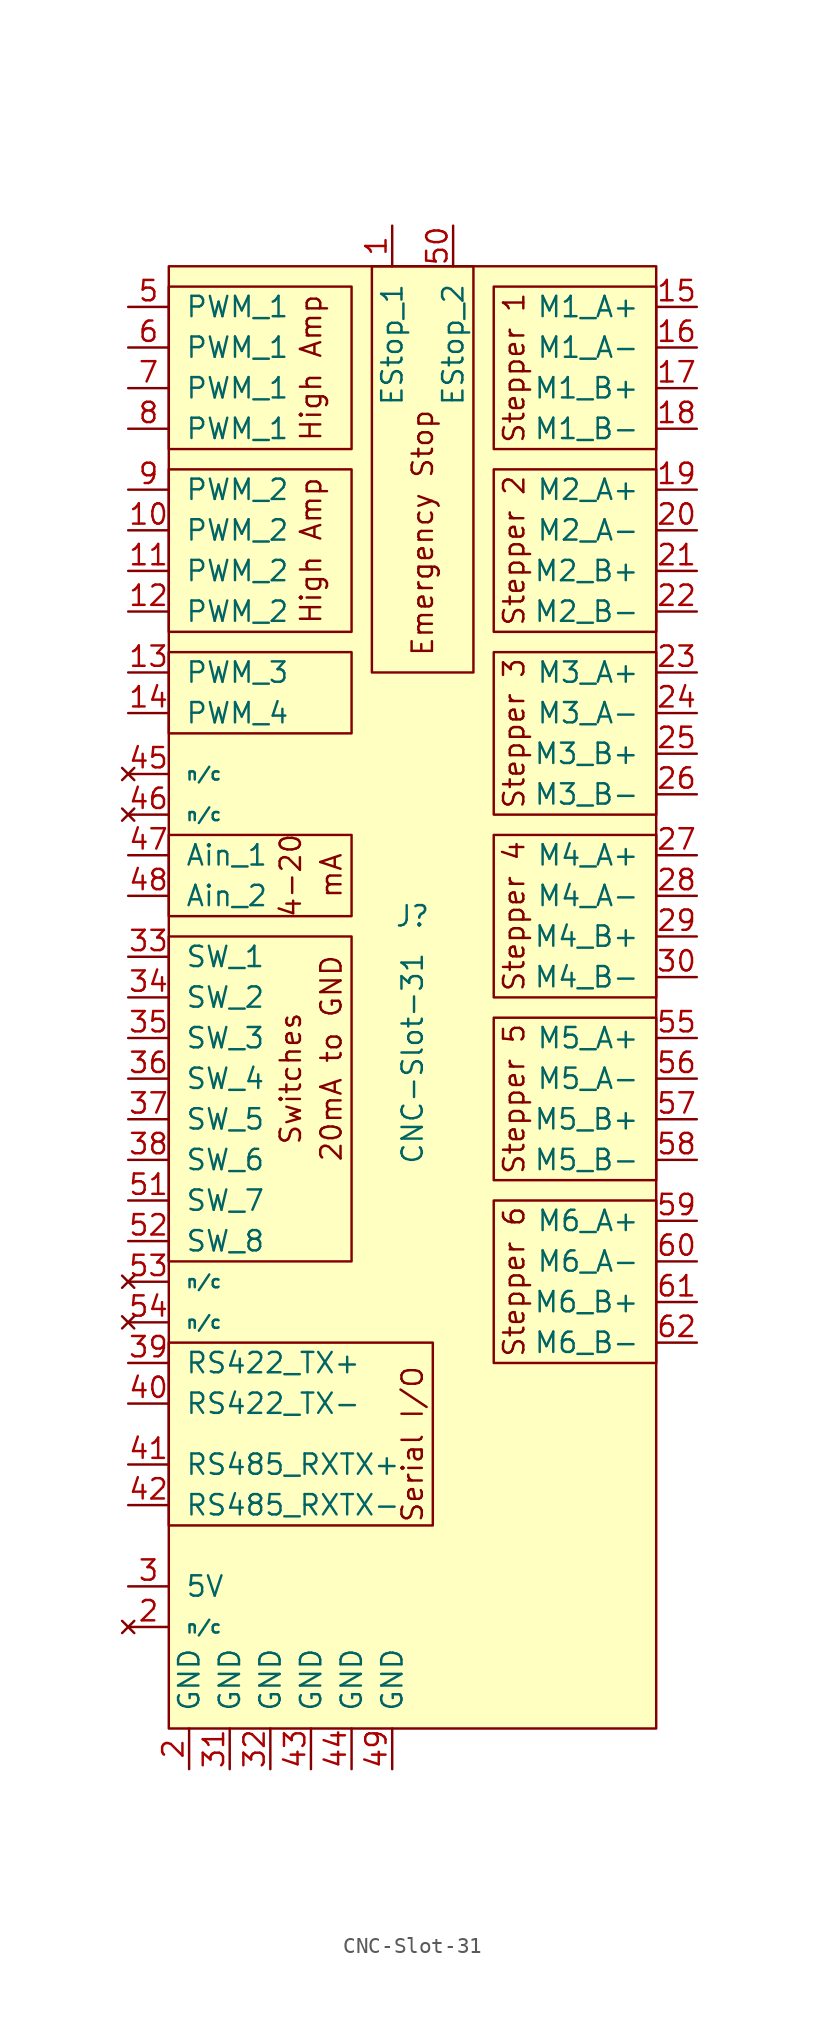
<source format=kicad_sym>
(kicad_symbol_lib
  (version 20220914)
  (generator kicad_symbol_editor)
  (symbol "CNC-Slot-31"
    (pin_names
      (offset 1.016))
    (property "Reference" "J"
      (at 0 5.08 0)
      (effects (font (size 1.27 1.27))))
    (property "Value" "CNC-Slot-31"
      (at 0 -3.81 90)
      (effects (font (size 1.27 1.27))))
    (symbol "CNC-Slot-31_0_0"
      (rectangle (start -15.24 3.81) (end -3.81 -16.51) (stroke (width 0) (type solid)) (fill (type none)))
      (rectangle (start -15.24 10.16) (end -3.81 5.08) (stroke (width 0) (type solid)) (fill (type none)))
      (rectangle (start -15.24 21.59) (end -3.81 16.51) (stroke (width 0) (type solid)) (fill (type none)))
      (rectangle (start -15.24 33.02) (end -3.81 22.86) (stroke (width 0) (type solid)) (fill (type none)))
      (rectangle (start -15.24 44.45) (end -3.81 34.29) (stroke (width 0) (type solid)) (fill (type none)))
      (rectangle (start -2.54 45.72) (end 3.81 20.32) (stroke (width 0) (type solid)) (fill (type none)))
      (rectangle (start 15.24 -12.7) (end 5.08 -22.86) (stroke (width 0) (type solid)) (fill (type none)))
      (rectangle (start 15.24 -1.27) (end 5.08 -11.43) (stroke (width 0) (type solid)) (fill (type none)))
      (rectangle (start 15.24 10.16) (end 5.08 0) (stroke (width 0) (type solid)) (fill (type none)))
      (rectangle (start 15.24 21.59) (end 5.08 11.43) (stroke (width 0) (type solid)) (fill (type none)))
      (rectangle (start 15.24 33.02) (end 5.08 22.86) (stroke (width 0) (type solid)) (fill (type none)))
      (text "20mA to GND" (at -5.08 -3.81 900) (effects (font (size 1.27 1.27))))
      (text "4-20" (at -7.62 7.62 900) (effects (font (size 1.27 1.27))))
      (text "Emergency Stop" (at 0.635 36.83 900) (effects (font (size 1.27 1.27)) (justify right)))
      (text "High Amp" (at -6.35 27.94 900) (effects (font (size 1.27 1.27))))
      (text "High Amp" (at -6.35 39.37 900) (effects (font (size 1.27 1.27))))
      (text "mA" (at -5.08 7.62 900) (effects (font (size 1.27 1.27))))
      (text "Serial I/O" (at 0 -27.94 900) (effects (font (size 1.27 1.27))))
      (text "Stepper 1" (at 6.35 39.37 900) (effects (font (size 1.27 1.27))))
      (text "Stepper 2" (at 6.35 27.94 900) (effects (font (size 1.27 1.27))))
      (text "Stepper 3" (at 6.35 16.51 900) (effects (font (size 1.27 1.27))))
      (text "Stepper 4" (at 6.35 5.08 900) (effects (font (size 1.27 1.27))))
      (text "Stepper 5" (at 6.35 -6.35 900) (effects (font (size 1.27 1.27))))
      (text "Stepper 6" (at 6.35 -17.78 900) (effects (font (size 1.27 1.27))))
      (text "Switches" (at -7.62 -5.08 900) (effects (font (size 1.27 1.27)))))
    (symbol "CNC-Slot-31_0_1"
      (rectangle (start -15.24 -21.59) (end 1.27 -33.02) (stroke (width 0) (type solid)) (fill (type none)))
      (rectangle (start -15.24 45.72) (end 15.24 -45.72) (stroke (width 0) (type solid)) (fill (type background)))
      (rectangle (start 15.24 44.45) (end 5.08 34.29) (stroke (width 0) (type solid)) (fill (type none))))
    (symbol "CNC-Slot-31_1_1"
      (pin passive line (at -1.27 48.26 270) (length 2.54) (name "EStop_1" (effects (font (size 1.27 1.27)))) (number "1" (effects (font (size 1.27 1.27)))))
      (pin output line (at -17.78 29.21 0) (length 2.54) (name "PWM_2" (effects (font (size 1.27 1.27)))) (number "10" (effects (font (size 1.27 1.27)))))
      (pin output line (at -17.78 26.67 0) (length 2.54) (name "PWM_2" (effects (font (size 1.27 1.27)))) (number "11" (effects (font (size 1.27 1.27)))))
      (pin output line (at -17.78 24.13 0) (length 2.54) (name "PWM_2" (effects (font (size 1.27 1.27)))) (number "12" (effects (font (size 1.27 1.27)))))
      (pin open_collector line (at -17.78 20.32 0) (length 2.54) (name "PWM_3" (effects (font (size 1.27 1.27)))) (number "13" (effects (font (size 1.27 1.27)))))
      (pin open_collector line (at -17.78 17.78 0) (length 2.54) (name "PWM_4" (effects (font (size 1.27 1.27)))) (number "14" (effects (font (size 1.27 1.27)))))
      (pin output line (at 17.78 43.18 180) (length 2.54) (name "M1_A+" (effects (font (size 1.27 1.27)))) (number "15" (effects (font (size 1.27 1.27)))))
      (pin output line (at 17.78 40.64 180) (length 2.54) (name "M1_A-" (effects (font (size 1.27 1.27)))) (number "16" (effects (font (size 1.27 1.27)))))
      (pin output line (at 17.78 38.1 180) (length 2.54) (name "M1_B+" (effects (font (size 1.27 1.27)))) (number "17" (effects (font (size 1.27 1.27)))))
      (pin output line (at 17.78 35.56 180) (length 2.54) (name "M1_B-" (effects (font (size 1.27 1.27)))) (number "18" (effects (font (size 1.27 1.27)))))
      (pin output line (at 17.78 31.75 180) (length 2.54) (name "M2_A+" (effects (font (size 1.27 1.27)))) (number "19" (effects (font (size 1.27 1.27)))))
      (pin power_out line (at -13.97 -48.26 90) (length 2.54) (name "GND" (effects (font (size 1.27 1.27)))) (number "2" (effects (font (size 1.27 1.27)))))
      (pin no_connect line (at -17.78 -39.37 0) (length 2.54) (name "n/c" (effects (font (size 0.762 0.762)))) (number "2" (effects (font (size 1.27 1.27)))))
      (pin output line (at 17.78 29.21 180) (length 2.54) (name "M2_A-" (effects (font (size 1.27 1.27)))) (number "20" (effects (font (size 1.27 1.27)))))
      (pin output line (at 17.78 26.67 180) (length 2.54) (name "M2_B+" (effects (font (size 1.27 1.27)))) (number "21" (effects (font (size 1.27 1.27)))))
      (pin output line (at 17.78 24.13 180) (length 2.54) (name "M2_B-" (effects (font (size 1.27 1.27)))) (number "22" (effects (font (size 1.27 1.27)))))
      (pin output line (at 17.78 20.32 180) (length 2.54) (name "M3_A+" (effects (font (size 1.27 1.27)))) (number "23" (effects (font (size 1.27 1.27)))))
      (pin output line (at 17.78 17.78 180) (length 2.54) (name "M3_A-" (effects (font (size 1.27 1.27)))) (number "24" (effects (font (size 1.27 1.27)))))
      (pin output line (at 17.78 15.24 180) (length 2.54) (name "M3_B+" (effects (font (size 1.27 1.27)))) (number "25" (effects (font (size 1.27 1.27)))))
      (pin output line (at 17.78 12.7 180) (length 2.54) (name "M3_B-" (effects (font (size 1.27 1.27)))) (number "26" (effects (font (size 1.27 1.27)))))
      (pin output line (at 17.78 8.89 180) (length 2.54) (name "M4_A+" (effects (font (size 1.27 1.27)))) (number "27" (effects (font (size 1.27 1.27)))))
      (pin output line (at 17.78 6.35 180) (length 2.54) (name "M4_A-" (effects (font (size 1.27 1.27)))) (number "28" (effects (font (size 1.27 1.27)))))
      (pin output line (at 17.78 3.81 180) (length 2.54) (name "M4_B+" (effects (font (size 1.27 1.27)))) (number "29" (effects (font (size 1.27 1.27)))))
      (pin power_out line (at -17.78 -36.83 0) (length 2.54) (name "5V" (effects (font (size 1.27 1.27)))) (number "3" (effects (font (size 1.27 1.27)))))
      (pin output line (at 17.78 1.27 180) (length 2.54) (name "M4_B-" (effects (font (size 1.27 1.27)))) (number "30" (effects (font (size 1.27 1.27)))))
      (pin power_out line (at -11.43 -48.26 90) (length 2.54) (name "GND" (effects (font (size 1.27 1.27)))) (number "31" (effects (font (size 1.27 1.27)))))
      (pin power_out line (at -8.89 -48.26 90) (length 2.54) (name "GND" (effects (font (size 1.27 1.27)))) (number "32" (effects (font (size 1.27 1.27)))))
      (pin input line (at -17.78 2.54 0) (length 2.54) (name "SW_1" (effects (font (size 1.27 1.27)))) (number "33" (effects (font (size 1.27 1.27)))))
      (pin input line (at -17.78 0 0) (length 2.54) (name "SW_2" (effects (font (size 1.27 1.27)))) (number "34" (effects (font (size 1.27 1.27)))))
      (pin input line (at -17.78 -2.54 0) (length 2.54) (name "SW_3" (effects (font (size 1.27 1.27)))) (number "35" (effects (font (size 1.27 1.27)))))
      (pin input line (at -17.78 -5.08 0) (length 2.54) (name "SW_4" (effects (font (size 1.27 1.27)))) (number "36" (effects (font (size 1.27 1.27)))))
      (pin input line (at -17.78 -7.62 0) (length 2.54) (name "SW_5" (effects (font (size 1.27 1.27)))) (number "37" (effects (font (size 1.27 1.27)))))
      (pin input line (at -17.78 -10.16 0) (length 2.54) (name "SW_6" (effects (font (size 1.27 1.27)))) (number "38" (effects (font (size 1.27 1.27)))))
      (pin output line (at -17.78 -22.86 0) (length 2.54) (name "RS422_TX+" (effects (font (size 1.27 1.27)))) (number "39" (effects (font (size 1.27 1.27)))))
      (pin output line (at -17.78 -25.4 0) (length 2.54) (name "RS422_TX-" (effects (font (size 1.27 1.27)))) (number "40" (effects (font (size 1.27 1.27)))))
      (pin bidirectional line (at -17.78 -29.21 0) (length 2.54) (name "RS485_RXTX+" (effects (font (size 1.27 1.27)))) (number "41" (effects (font (size 1.27 1.27)))))
      (pin bidirectional line (at -17.78 -31.75 0) (length 2.54) (name "RS485_RXTX-" (effects (font (size 1.27 1.27)))) (number "42" (effects (font (size 1.27 1.27)))))
      (pin power_out line (at -6.35 -48.26 90) (length 2.54) (name "GND" (effects (font (size 1.27 1.27)))) (number "43" (effects (font (size 1.27 1.27)))))
      (pin power_out line (at -3.81 -48.26 90) (length 2.54) (name "GND" (effects (font (size 1.27 1.27)))) (number "44" (effects (font (size 1.27 1.27)))))
      (pin no_connect line (at -17.78 13.97 0) (length 2.54) (name "n/c" (effects (font (size 0.762 0.762)))) (number "45" (effects (font (size 1.27 1.27)))))
      (pin no_connect line (at -17.78 11.43 0) (length 2.54) (name "n/c" (effects (font (size 0.762 0.762)))) (number "46" (effects (font (size 1.27 1.27)))))
      (pin input line (at -17.78 8.89 0) (length 2.54) (name "Ain_1" (effects (font (size 1.27 1.27)))) (number "47" (effects (font (size 1.27 1.27)))))
      (pin input line (at -17.78 6.35 0) (length 2.54) (name "Ain_2" (effects (font (size 1.27 1.27)))) (number "48" (effects (font (size 1.27 1.27)))))
      (pin power_out line (at -1.27 -48.26 90) (length 2.54) (name "GND" (effects (font (size 1.27 1.27)))) (number "49" (effects (font (size 1.27 1.27)))))
      (pin output line (at -17.78 43.18 0) (length 2.54) (name "PWM_1" (effects (font (size 1.27 1.27)))) (number "5" (effects (font (size 1.27 1.27)))))
      (pin passive line (at 2.54 48.26 270) (length 2.54) (name "EStop_2" (effects (font (size 1.27 1.27)))) (number "50" (effects (font (size 1.27 1.27)))))
      (pin input line (at -17.78 -12.7 0) (length 2.54) (name "SW_7" (effects (font (size 1.27 1.27)))) (number "51" (effects (font (size 1.27 1.27)))))
      (pin input line (at -17.78 -15.24 0) (length 2.54) (name "SW_8" (effects (font (size 1.27 1.27)))) (number "52" (effects (font (size 1.27 1.27)))))
      (pin no_connect line (at -17.78 -17.78 0) (length 2.54) (name "n/c" (effects (font (size 0.762 0.762)))) (number "53" (effects (font (size 1.27 1.27)))))
      (pin no_connect line (at -17.78 -20.32 0) (length 2.54) (name "n/c" (effects (font (size 0.762 0.762)))) (number "54" (effects (font (size 1.27 1.27)))))
      (pin output line (at 17.78 -2.54 180) (length 2.54) (name "M5_A+" (effects (font (size 1.27 1.27)))) (number "55" (effects (font (size 1.27 1.27)))))
      (pin output line (at 17.78 -5.08 180) (length 2.54) (name "M5_A-" (effects (font (size 1.27 1.27)))) (number "56" (effects (font (size 1.27 1.27)))))
      (pin output line (at 17.78 -7.62 180) (length 2.54) (name "M5_B+" (effects (font (size 1.27 1.27)))) (number "57" (effects (font (size 1.27 1.27)))))
      (pin output line (at 17.78 -10.16 180) (length 2.54) (name "M5_B-" (effects (font (size 1.27 1.27)))) (number "58" (effects (font (size 1.27 1.27)))))
      (pin output line (at 17.78 -13.97 180) (length 2.54) (name "M6_A+" (effects (font (size 1.27 1.27)))) (number "59" (effects (font (size 1.27 1.27)))))
      (pin output line (at -17.78 40.64 0) (length 2.54) (name "PWM_1" (effects (font (size 1.27 1.27)))) (number "6" (effects (font (size 1.27 1.27)))))
      (pin output line (at 17.78 -16.51 180) (length 2.54) (name "M6_A-" (effects (font (size 1.27 1.27)))) (number "60" (effects (font (size 1.27 1.27)))))
      (pin output line (at 17.78 -19.05 180) (length 2.54) (name "M6_B+" (effects (font (size 1.27 1.27)))) (number "61" (effects (font (size 1.27 1.27)))))
      (pin output line (at 17.78 -21.59 180) (length 2.54) (name "M6_B-" (effects (font (size 1.27 1.27)))) (number "62" (effects (font (size 1.27 1.27)))))
      (pin output line (at -17.78 38.1 0) (length 2.54) (name "PWM_1" (effects (font (size 1.27 1.27)))) (number "7" (effects (font (size 1.27 1.27)))))
      (pin output line (at -17.78 35.56 0) (length 2.54) (name "PWM_1" (effects (font (size 1.27 1.27)))) (number "8" (effects (font (size 1.27 1.27)))))
      (pin output line (at -17.78 31.75 0) (length 2.54) (name "PWM_2" (effects (font (size 1.27 1.27)))) (number "9" (effects (font (size 1.27 1.27))))))))
</source>
